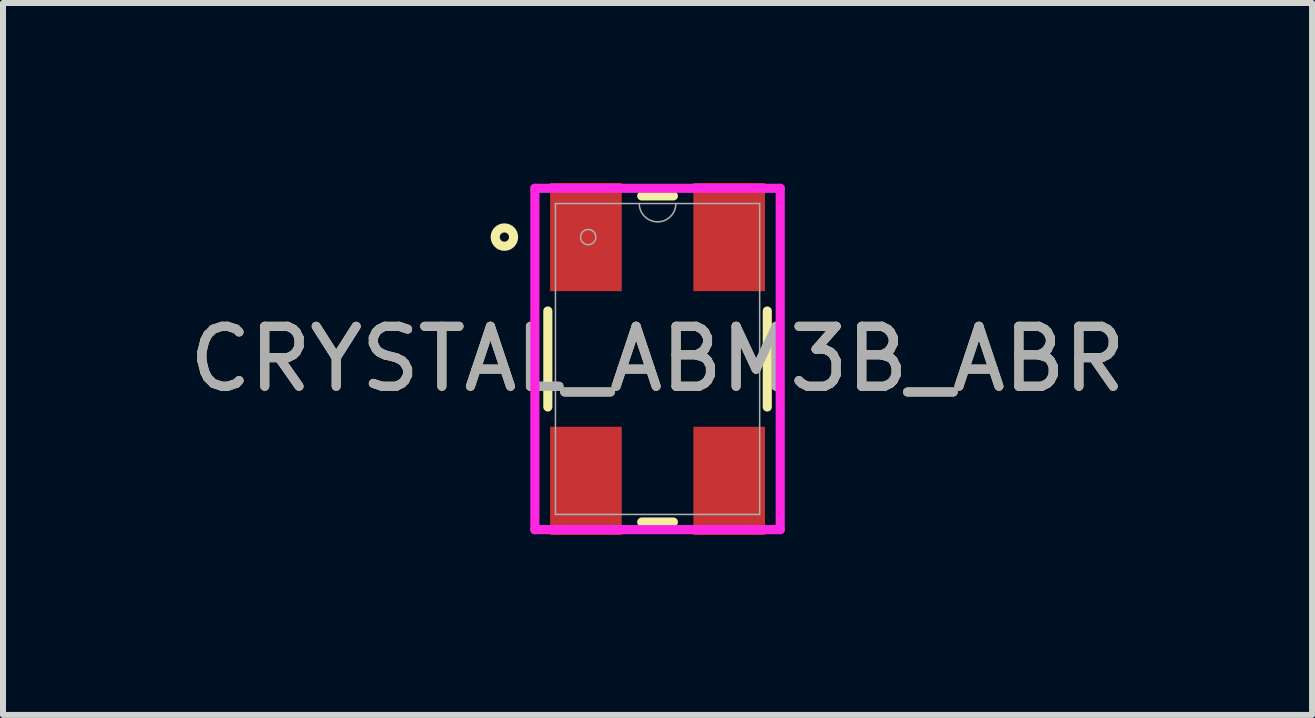
<source format=kicad_pcb>
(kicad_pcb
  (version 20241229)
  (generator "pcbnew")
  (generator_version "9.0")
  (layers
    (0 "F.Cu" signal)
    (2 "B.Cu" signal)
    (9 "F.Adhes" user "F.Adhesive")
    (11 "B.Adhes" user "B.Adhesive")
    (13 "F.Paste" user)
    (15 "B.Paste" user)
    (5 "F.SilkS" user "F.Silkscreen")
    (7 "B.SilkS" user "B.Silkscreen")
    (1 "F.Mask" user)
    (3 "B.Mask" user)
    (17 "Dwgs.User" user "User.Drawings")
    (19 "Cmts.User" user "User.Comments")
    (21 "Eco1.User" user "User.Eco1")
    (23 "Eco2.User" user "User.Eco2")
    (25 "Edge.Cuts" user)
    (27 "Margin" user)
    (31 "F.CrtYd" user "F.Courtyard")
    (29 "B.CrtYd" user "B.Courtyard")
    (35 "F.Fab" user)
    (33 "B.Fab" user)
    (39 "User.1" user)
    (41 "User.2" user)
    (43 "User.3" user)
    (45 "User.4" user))
  (footprint "CRYSTAL_ABM3B_ABR"
    (layer "F.Cu")
    (at 7.911 2.934)
    (property "Reference" "CRYSTAL_ABM3B_ABR" (at 0 0 0) (unlocked yes) (layer "F.SilkS") (effects (font (size 1 1) (thickness 0.15))))
    (attr smd)
    (fp_line (start -1.829 -0.8) (end -1.829 0.8) (stroke (width 0.152) (type solid)) (layer "F.SilkS"))
    (fp_line (start -0.264 2.718) (end 0.264 2.718) (stroke (width 0.152) (type solid)) (layer "F.SilkS"))
    (fp_line (start 0.264 -2.718) (end -0.264 -2.718) (stroke (width 0.152) (type solid)) (layer "F.SilkS"))
    (fp_line (start 1.829 0.8) (end 1.829 -0.8) (stroke (width 0.152) (type solid)) (layer "F.SilkS"))
    (fp_circle (center -2.553 -2.032) (end -2.4 -2.032) (stroke (width 0.152) (type solid)) (fill no) (layer "F.SilkS"))
    (fp_line (start -2.045 -2.845) (end 2.045 -2.845) (stroke (width 0.152) (type solid)) (layer "F.CrtYd"))
    (fp_line (start -2.045 2.845) (end -2.045 -2.845) (stroke (width 0.152) (type solid)) (layer "F.CrtYd"))
    (fp_line (start 2.045 -2.845) (end 2.045 2.845) (stroke (width 0.152) (type solid)) (layer "F.CrtYd"))
    (fp_line (start 2.045 2.845) (end -2.045 2.845) (stroke (width 0.152) (type solid)) (layer "F.CrtYd"))
    (fp_line (start -1.702 -2.591) (end -1.702 2.591) (stroke (width 0.025) (type solid)) (layer "F.Fab"))
    (fp_line (start -1.702 2.591) (end 1.702 2.591) (stroke (width 0.025) (type solid)) (layer "F.Fab"))
    (fp_line (start 1.702 -2.591) (end -1.702 -2.591) (stroke (width 0.025) (type solid)) (layer "F.Fab"))
    (fp_line (start 1.702 2.591) (end 1.702 -2.591) (stroke (width 0.025) (type solid)) (layer "F.Fab"))
    (fp_arc (start 0.3048 -2.5908) (mid 0 -2.286) (end -0.3048 -2.5908) (stroke (width 0.0254) (type solid)) (layer "F.Fab"))
    (fp_circle (center -1.156 -2.032) (end -1.029 -2.032) (stroke (width 0.025) (type solid)) (fill no) (layer "F.Fab"))
    (fp_text user "${REFERENCE}" (at 0 0 0) (unlocked yes) (layer "F.Fab") (effects (font (size 1 1) (thickness 0.15))))
    (pad "1" smd rect (at -1.194 -2.032) (size 1.194 1.803) (layers "F.Cu" "F.Mask" "F.Paste"))
    (pad "2" smd rect (at -1.194 2.032) (size 1.194 1.803) (layers "F.Cu" "F.Mask" "F.Paste"))
    (pad "3" smd rect (at 1.194 2.032) (size 1.194 1.803) (layers "F.Cu" "F.Mask" "F.Paste"))
    (pad "4" smd rect (at 1.194 -2.032) (size 1.194 1.803) (layers "F.Cu" "F.Mask" "F.Paste")))
  (gr_rect
    (start -3 -3)
    (end 18.821 8.867)
    (stroke (width 0.1) (type default))
    (fill no)
    (layer "Edge.Cuts")))
</source>
